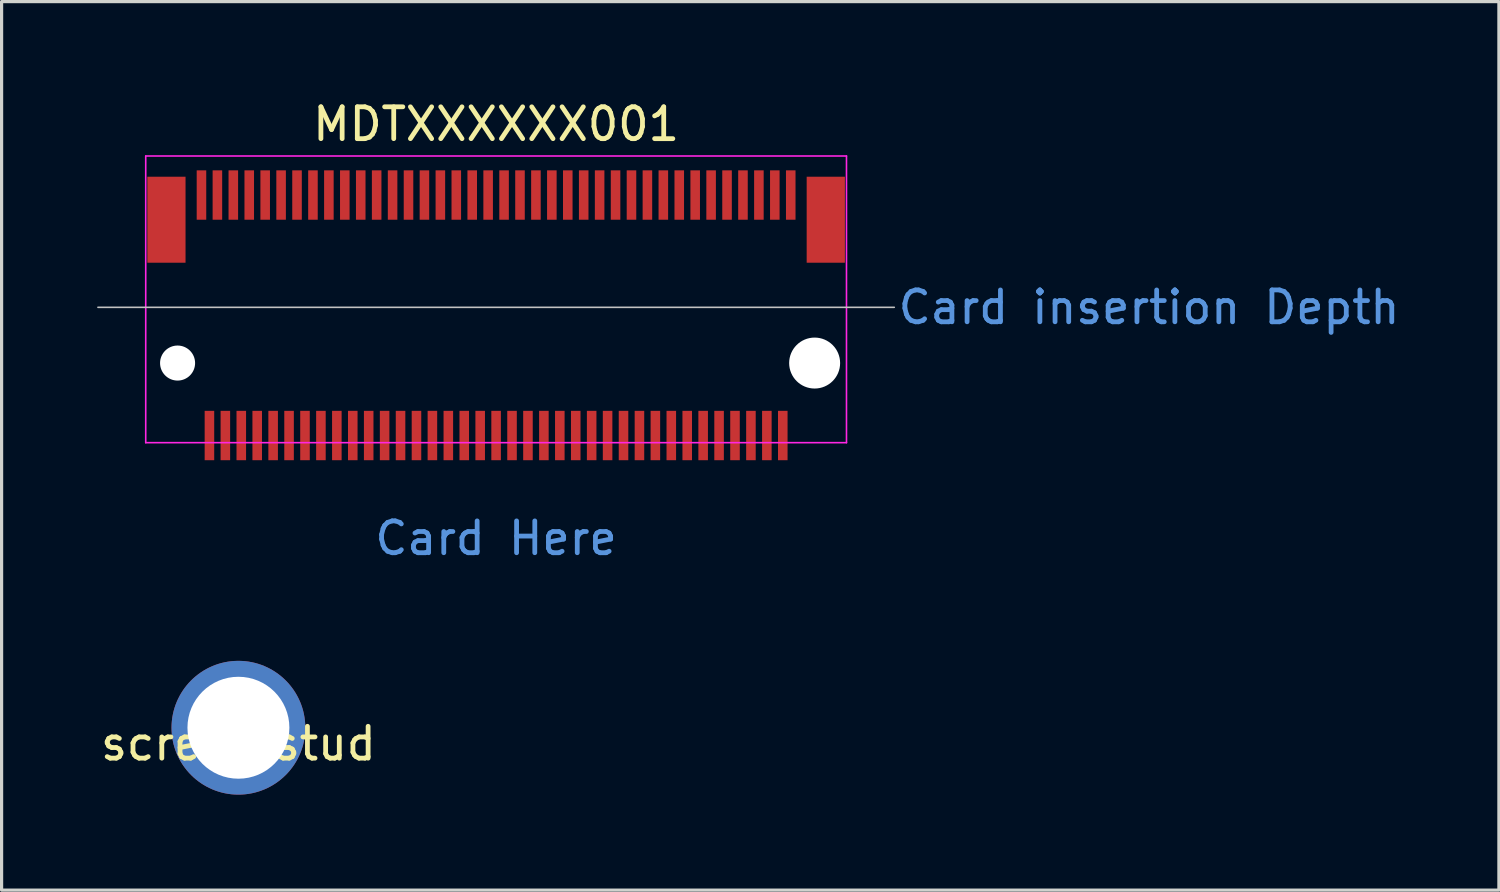
<source format=kicad_pcb>
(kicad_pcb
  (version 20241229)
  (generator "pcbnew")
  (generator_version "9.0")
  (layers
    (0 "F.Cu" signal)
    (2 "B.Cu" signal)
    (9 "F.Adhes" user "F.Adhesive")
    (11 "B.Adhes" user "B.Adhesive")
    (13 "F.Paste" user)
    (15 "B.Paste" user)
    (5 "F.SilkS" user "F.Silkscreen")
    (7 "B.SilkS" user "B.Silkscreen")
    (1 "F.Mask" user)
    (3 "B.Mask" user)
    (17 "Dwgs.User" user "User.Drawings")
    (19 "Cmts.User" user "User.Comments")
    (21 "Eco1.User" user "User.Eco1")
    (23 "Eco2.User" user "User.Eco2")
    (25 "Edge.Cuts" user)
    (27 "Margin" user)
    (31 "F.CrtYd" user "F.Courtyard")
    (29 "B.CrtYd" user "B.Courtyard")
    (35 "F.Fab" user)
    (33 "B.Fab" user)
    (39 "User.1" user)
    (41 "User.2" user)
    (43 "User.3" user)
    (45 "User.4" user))
  (footprint "screw-stud"
    (layer "F.Cu")
    (at 4.435 19.797)
    (property "Reference" "screw-stud" (at 0 0.5 0) (layer "F.SilkS") (effects (font (size 1 1) (thickness 0.15))))
    (attr through_hole)
    (pad "1" thru_hole circle (at 0 0) (size 4.2 4.2) (drill 3.2) (layers "*.Cu" "*.Mask")))
  (footprint "MDTXXXXXX001"
    (layer "F.Cu")
    (at 12.525 8.348)
    (property "Reference" "MDTXXXXXX001" (at 0 -7.5 0) (layer "F.SilkS") (effects (font (size 1 1) (thickness 0.15))))
    (attr through_hole)
    (fp_line (start -12.5 -1.75) (end 12.5 -1.75) (stroke (width 0.05) (type solid)) (layer "Dwgs.User"))
    (fp_line (start -11 -6.5) (end 11 -6.5) (stroke (width 0.05) (type solid)) (layer "F.CrtYd"))
    (fp_line (start -11 2.5) (end -11 -6.5) (stroke (width 0.05) (type solid)) (layer "F.CrtYd"))
    (fp_line (start 11 -6.5) (end 11 2.5) (stroke (width 0.05) (type solid)) (layer "F.CrtYd"))
    (fp_line (start 11 2.5) (end -11 2.5) (stroke (width 0.05) (type solid)) (layer "F.CrtYd"))
    (fp_text user "Card Here" (at 0 5.5 0) (layer "Cmts.User") (effects (font (size 1 1) (thickness 0.15))))
    (fp_text user "Card insertion Depth" (at 20.5 -1.75 0) (layer "Cmts.User") (effects (font (size 1 1) (thickness 0.15))))
    (pad "" np_thru_hole circle (at -10 0) (size 1.1 1.1) (drill 1.1) (layers "*.Cu" "*.Mask"))
    (pad "" np_thru_hole circle (at 10 0) (size 1.6 1.6) (drill 1.6) (layers "*.Cu" "*.Mask"))
    (pad "1" smd rect (at -9.25 -5.275) (size 0.3 1.55) (layers "F.Cu" "F.Mask" "F.Paste"))
    (pad "2" smd rect (at -9 2.275) (size 0.3 1.55) (layers "F.Cu" "F.Mask" "F.Paste"))
    (pad "3" smd rect (at -8.75 -5.275) (size 0.3 1.55) (layers "F.Cu" "F.Mask" "F.Paste"))
    (pad "4" smd rect (at -8.5 2.275) (size 0.3 1.55) (layers "F.Cu" "F.Mask" "F.Paste"))
    (pad "5" smd rect (at -8.25 -5.275) (size 0.3 1.55) (layers "F.Cu" "F.Mask" "F.Paste"))
    (pad "6" smd rect (at -8 2.275) (size 0.3 1.55) (layers "F.Cu" "F.Mask" "F.Paste"))
    (pad "7" smd rect (at -7.75 -5.275) (size 0.3 1.55) (layers "F.Cu" "F.Mask" "F.Paste"))
    (pad "8" smd rect (at -7.5 2.275) (size 0.3 1.55) (layers "F.Cu" "F.Mask" "F.Paste"))
    (pad "9" smd rect (at -7.25 -5.275) (size 0.3 1.55) (layers "F.Cu" "F.Mask" "F.Paste"))
    (pad "10" smd rect (at -7 2.275) (size 0.3 1.55) (layers "F.Cu" "F.Mask" "F.Paste"))
    (pad "11" smd rect (at -6.75 -5.275) (size 0.3 1.55) (layers "F.Cu" "F.Mask" "F.Paste"))
    (pad "12" smd rect (at -6.5 2.275) (size 0.3 1.55) (layers "F.Cu" "F.Mask" "F.Paste"))
    (pad "13" smd rect (at -6.25 -5.275) (size 0.3 1.55) (layers "F.Cu" "F.Mask" "F.Paste"))
    (pad "14" smd rect (at -6 2.275) (size 0.3 1.55) (layers "F.Cu" "F.Mask" "F.Paste"))
    (pad "15" smd rect (at -5.75 -5.275) (size 0.3 1.55) (layers "F.Cu" "F.Mask" "F.Paste"))
    (pad "16" smd rect (at -5.5 2.275) (size 0.3 1.55) (layers "F.Cu" "F.Mask" "F.Paste"))
    (pad "17" smd rect (at -5.25 -5.275) (size 0.3 1.55) (layers "F.Cu" "F.Mask" "F.Paste"))
    (pad "18" smd rect (at -5 2.275) (size 0.3 1.55) (layers "F.Cu" "F.Mask" "F.Paste"))
    (pad "19" smd rect (at -4.75 -5.275) (size 0.3 1.55) (layers "F.Cu" "F.Mask" "F.Paste"))
    (pad "20" smd rect (at -4.5 2.275) (size 0.3 1.55) (layers "F.Cu" "F.Mask" "F.Paste"))
    (pad "21" smd rect (at -4.25 -5.275) (size 0.3 1.55) (layers "F.Cu" "F.Mask" "F.Paste"))
    (pad "22" smd rect (at -4 2.275) (size 0.3 1.55) (layers "F.Cu" "F.Mask" "F.Paste"))
    (pad "23" smd rect (at -3.75 -5.275) (size 0.3 1.55) (layers "F.Cu" "F.Mask" "F.Paste"))
    (pad "24" smd rect (at -3.5 2.275) (size 0.3 1.55) (layers "F.Cu" "F.Mask" "F.Paste"))
    (pad "25" smd rect (at -3.25 -5.275) (size 0.3 1.55) (layers "F.Cu" "F.Mask" "F.Paste"))
    (pad "26" smd rect (at -3 2.275) (size 0.3 1.55) (layers "F.Cu" "F.Mask" "F.Paste"))
    (pad "27" smd rect (at -2.75 -5.275) (size 0.3 1.55) (layers "F.Cu" "F.Mask" "F.Paste"))
    (pad "28" smd rect (at -2.5 2.275) (size 0.3 1.55) (layers "F.Cu" "F.Mask" "F.Paste"))
    (pad "29" smd rect (at -2.25 -5.275) (size 0.3 1.55) (layers "F.Cu" "F.Mask" "F.Paste"))
    (pad "30" smd rect (at -2 2.275) (size 0.3 1.55) (layers "F.Cu" "F.Mask" "F.Paste"))
    (pad "31" smd rect (at -1.75 -5.275) (size 0.3 1.55) (layers "F.Cu" "F.Mask" "F.Paste"))
    (pad "32" smd rect (at -1.5 2.275) (size 0.3 1.55) (layers "F.Cu" "F.Mask" "F.Paste"))
    (pad "33" smd rect (at -1.25 -5.275) (size 0.3 1.55) (layers "F.Cu" "F.Mask" "F.Paste"))
    (pad "34" smd rect (at -1 2.275) (size 0.3 1.55) (layers "F.Cu" "F.Mask" "F.Paste"))
    (pad "35" smd rect (at -0.75 -5.275) (size 0.3 1.55) (layers "F.Cu" "F.Mask" "F.Paste"))
    (pad "36" smd rect (at -0.5 2.275) (size 0.3 1.55) (layers "F.Cu" "F.Mask" "F.Paste"))
    (pad "37" smd rect (at -0.25 -5.275) (size 0.3 1.55) (layers "F.Cu" "F.Mask" "F.Paste"))
    (pad "38" smd rect (at 0 2.275) (size 0.3 1.55) (layers "F.Cu" "F.Mask" "F.Paste"))
    (pad "39" smd rect (at 0.25 -5.275) (size 0.3 1.55) (layers "F.Cu" "F.Mask" "F.Paste"))
    (pad "40" smd rect (at 0.5 2.275) (size 0.3 1.55) (layers "F.Cu" "F.Mask" "F.Paste"))
    (pad "41" smd rect (at 0.75 -5.275) (size 0.3 1.55) (layers "F.Cu" "F.Mask" "F.Paste"))
    (pad "42" smd rect (at 1 2.275) (size 0.3 1.55) (layers "F.Cu" "F.Mask" "F.Paste"))
    (pad "43" smd rect (at 1.25 -5.275) (size 0.3 1.55) (layers "F.Cu" "F.Mask" "F.Paste"))
    (pad "44" smd rect (at 1.5 2.275) (size 0.3 1.55) (layers "F.Cu" "F.Mask" "F.Paste"))
    (pad "45" smd rect (at 1.75 -5.275) (size 0.3 1.55) (layers "F.Cu" "F.Mask" "F.Paste"))
    (pad "46" smd rect (at 2 2.275) (size 0.3 1.55) (layers "F.Cu" "F.Mask" "F.Paste"))
    (pad "47" smd rect (at 2.25 -5.275) (size 0.3 1.55) (layers "F.Cu" "F.Mask" "F.Paste"))
    (pad "48" smd rect (at 2.5 2.275) (size 0.3 1.55) (layers "F.Cu" "F.Mask" "F.Paste"))
    (pad "49" smd rect (at 2.75 -5.275) (size 0.3 1.55) (layers "F.Cu" "F.Mask" "F.Paste"))
    (pad "50" smd rect (at 3 2.275) (size 0.3 1.55) (layers "F.Cu" "F.Mask" "F.Paste"))
    (pad "51" smd rect (at 3.25 -5.275) (size 0.3 1.55) (layers "F.Cu" "F.Mask" "F.Paste"))
    (pad "52" smd rect (at 3.5 2.275) (size 0.3 1.55) (layers "F.Cu" "F.Mask" "F.Paste"))
    (pad "53" smd rect (at 3.75 -5.275) (size 0.3 1.55) (layers "F.Cu" "F.Mask" "F.Paste"))
    (pad "54" smd rect (at 4 2.275) (size 0.3 1.55) (layers "F.Cu" "F.Mask" "F.Paste"))
    (pad "55" smd rect (at 4.25 -5.275) (size 0.3 1.55) (layers "F.Cu" "F.Mask" "F.Paste"))
    (pad "56" smd rect (at 4.5 2.275) (size 0.3 1.55) (layers "F.Cu" "F.Mask" "F.Paste"))
    (pad "57" smd rect (at 4.75 -5.275) (size 0.3 1.55) (layers "F.Cu" "F.Mask" "F.Paste"))
    (pad "58" smd rect (at 5 2.275) (size 0.3 1.55) (layers "F.Cu" "F.Mask" "F.Paste"))
    (pad "59" smd rect (at 5.25 -5.275) (size 0.3 1.55) (layers "F.Cu" "F.Mask" "F.Paste"))
    (pad "60" smd rect (at 5.5 2.275) (size 0.3 1.55) (layers "F.Cu" "F.Mask" "F.Paste"))
    (pad "61" smd rect (at 5.75 -5.275) (size 0.3 1.55) (layers "F.Cu" "F.Mask" "F.Paste"))
    (pad "62" smd rect (at 6 2.275) (size 0.3 1.55) (layers "F.Cu" "F.Mask" "F.Paste"))
    (pad "63" smd rect (at 6.25 -5.275) (size 0.3 1.55) (layers "F.Cu" "F.Mask" "F.Paste"))
    (pad "64" smd rect (at 6.5 2.275) (size 0.3 1.55) (layers "F.Cu" "F.Mask" "F.Paste"))
    (pad "65" smd rect (at 6.75 -5.275) (size 0.3 1.55) (layers "F.Cu" "F.Mask" "F.Paste"))
    (pad "66" smd rect (at 7 2.275) (size 0.3 1.55) (layers "F.Cu" "F.Mask" "F.Paste"))
    (pad "67" smd rect (at 7.25 -5.275) (size 0.3 1.55) (layers "F.Cu" "F.Mask" "F.Paste"))
    (pad "68" smd rect (at 7.5 2.275) (size 0.3 1.55) (layers "F.Cu" "F.Mask" "F.Paste"))
    (pad "69" smd rect (at 7.75 -5.275) (size 0.3 1.55) (layers "F.Cu" "F.Mask" "F.Paste"))
    (pad "70" smd rect (at 8 2.275) (size 0.3 1.55) (layers "F.Cu" "F.Mask" "F.Paste"))
    (pad "71" smd rect (at 8.25 -5.275) (size 0.3 1.55) (layers "F.Cu" "F.Mask" "F.Paste"))
    (pad "72" smd rect (at 8.5 2.275) (size 0.3 1.55) (layers "F.Cu" "F.Mask" "F.Paste"))
    (pad "73" smd rect (at 8.75 -5.275) (size 0.3 1.55) (layers "F.Cu" "F.Mask" "F.Paste"))
    (pad "74" smd rect (at 9 2.275) (size 0.3 1.55) (layers "F.Cu" "F.Mask" "F.Paste"))
    (pad "75" smd rect (at 9.25 -5.275) (size 0.3 1.55) (layers "F.Cu" "F.Mask" "F.Paste"))
    (pad "MP" smd rect (at -10.35 -4.5) (size 1.2 2.7) (layers "F.Cu" "F.Mask" "F.Paste"))
    (pad "MP" smd rect (at 10.35 -4.5) (size 1.2 2.7) (layers "F.Cu" "F.Mask" "F.Paste")))
  (gr_rect
    (start -3 -3)
    (end 44.007 24.896)
    (stroke (width 0.1) (type default))
    (fill no)
    (layer "Edge.Cuts")))
</source>
